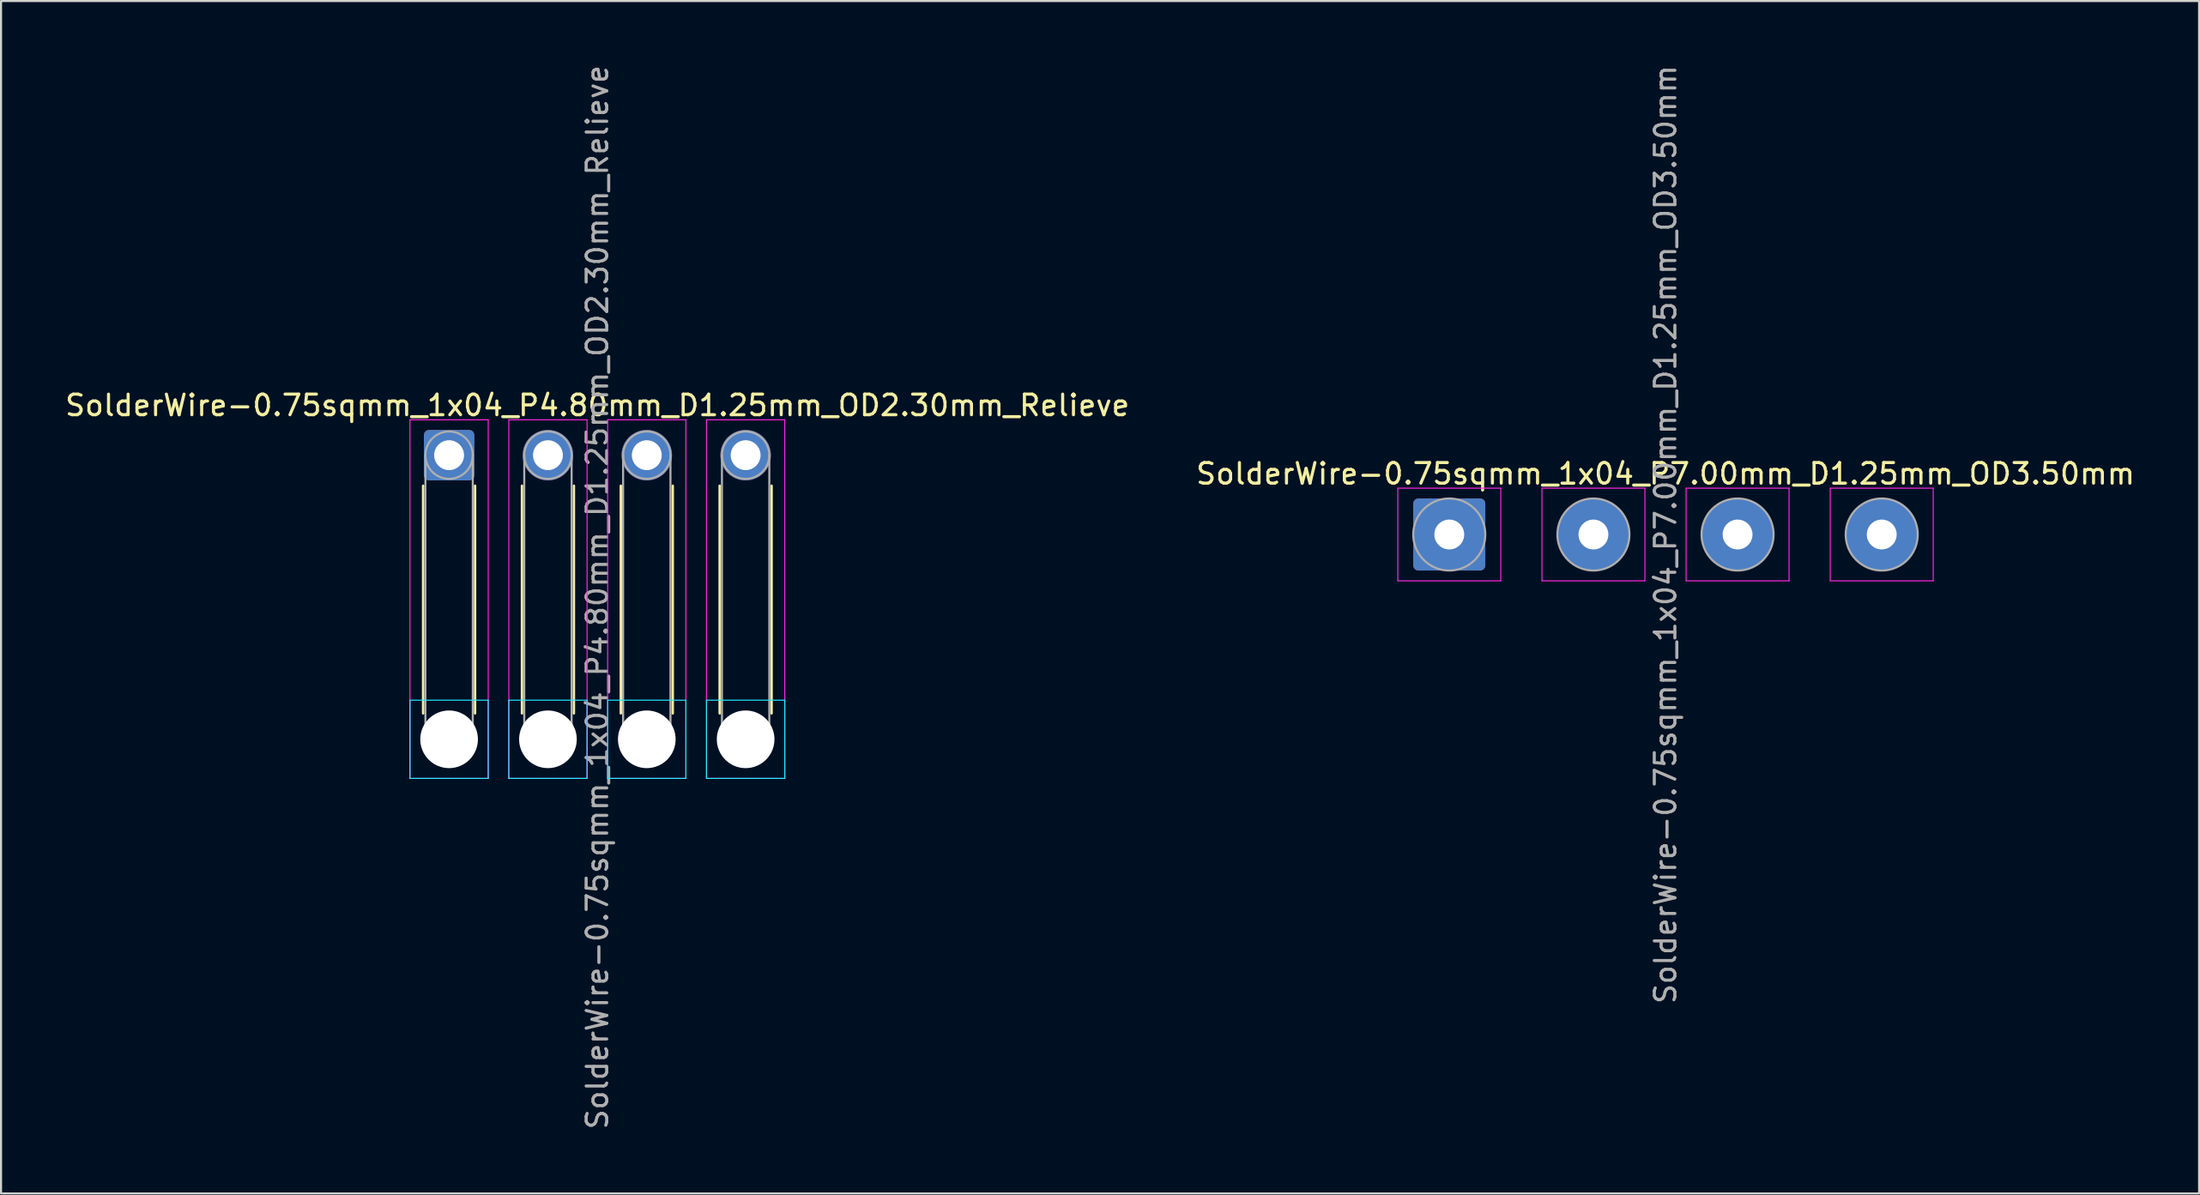
<source format=kicad_pcb>
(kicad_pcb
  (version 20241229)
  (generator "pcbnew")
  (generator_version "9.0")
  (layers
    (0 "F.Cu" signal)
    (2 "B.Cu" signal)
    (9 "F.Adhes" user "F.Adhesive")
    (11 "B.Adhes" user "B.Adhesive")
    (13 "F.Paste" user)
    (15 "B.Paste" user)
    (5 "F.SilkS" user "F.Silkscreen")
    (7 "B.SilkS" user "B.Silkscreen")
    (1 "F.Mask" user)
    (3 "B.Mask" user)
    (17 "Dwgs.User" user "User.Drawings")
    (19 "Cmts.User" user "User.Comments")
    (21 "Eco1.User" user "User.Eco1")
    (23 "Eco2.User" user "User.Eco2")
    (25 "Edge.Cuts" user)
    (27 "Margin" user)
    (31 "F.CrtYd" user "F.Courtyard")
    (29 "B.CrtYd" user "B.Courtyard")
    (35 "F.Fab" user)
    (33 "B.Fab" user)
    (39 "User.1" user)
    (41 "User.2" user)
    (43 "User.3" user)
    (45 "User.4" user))
  (footprint "SolderWire-0.75sqmm_1x04_P4.80mm_D1.25mm_OD2.30mm_Relieve"
    (layer "F.Cu")
    (at 18.758 19.058)
    (property "Reference" "SolderWire-0.75sqmm_1x04_P4.80mm_D1.25mm_OD2.30mm_Relieve" (at 7.2 -2.42 0) (layer "F.SilkS") (effects (font (size 1 1) (thickness 0.15))))
    (attr exclude_from_pos_files exclude_from_bom)
    (fp_line (start -1.26 1.485) (end -1.26 12.54) (stroke (width 0.12) (type solid)) (layer "F.SilkS"))
    (fp_line (start 1.26 1.485) (end 1.26 12.54) (stroke (width 0.12) (type solid)) (layer "F.SilkS"))
    (fp_line (start 3.54 1.485) (end 3.54 12.54) (stroke (width 0.12) (type solid)) (layer "F.SilkS"))
    (fp_line (start 6.06 1.485) (end 6.06 12.54) (stroke (width 0.12) (type solid)) (layer "F.SilkS"))
    (fp_line (start 8.34 1.485) (end 8.34 12.54) (stroke (width 0.12) (type solid)) (layer "F.SilkS"))
    (fp_line (start 10.86 1.485) (end 10.86 12.54) (stroke (width 0.12) (type solid)) (layer "F.SilkS"))
    (fp_line (start 13.14 1.485) (end 13.14 12.54) (stroke (width 0.12) (type solid)) (layer "F.SilkS"))
    (fp_line (start 15.66 1.485) (end 15.66 12.54) (stroke (width 0.12) (type solid)) (layer "F.SilkS"))
    (fp_line (start -1.9 11.9) (end -1.9 15.7) (stroke (width 0.05) (type solid)) (layer "B.CrtYd"))
    (fp_line (start -1.9 15.7) (end 1.9 15.7) (stroke (width 0.05) (type solid)) (layer "B.CrtYd"))
    (fp_line (start 1.9 11.9) (end -1.9 11.9) (stroke (width 0.05) (type solid)) (layer "B.CrtYd"))
    (fp_line (start 1.9 15.7) (end 1.9 11.9) (stroke (width 0.05) (type solid)) (layer "B.CrtYd"))
    (fp_line (start 2.9 11.9) (end 2.9 15.7) (stroke (width 0.05) (type solid)) (layer "B.CrtYd"))
    (fp_line (start 2.9 15.7) (end 6.7 15.7) (stroke (width 0.05) (type solid)) (layer "B.CrtYd"))
    (fp_line (start 6.7 11.9) (end 2.9 11.9) (stroke (width 0.05) (type solid)) (layer "B.CrtYd"))
    (fp_line (start 6.7 15.7) (end 6.7 11.9) (stroke (width 0.05) (type solid)) (layer "B.CrtYd"))
    (fp_line (start 7.7 11.9) (end 7.7 15.7) (stroke (width 0.05) (type solid)) (layer "B.CrtYd"))
    (fp_line (start 7.7 15.7) (end 11.5 15.7) (stroke (width 0.05) (type solid)) (layer "B.CrtYd"))
    (fp_line (start 11.5 11.9) (end 7.7 11.9) (stroke (width 0.05) (type solid)) (layer "B.CrtYd"))
    (fp_line (start 11.5 15.7) (end 11.5 11.9) (stroke (width 0.05) (type solid)) (layer "B.CrtYd"))
    (fp_line (start 12.5 11.9) (end 12.5 15.7) (stroke (width 0.05) (type solid)) (layer "B.CrtYd"))
    (fp_line (start 12.5 15.7) (end 16.3 15.7) (stroke (width 0.05) (type solid)) (layer "B.CrtYd"))
    (fp_line (start 16.3 11.9) (end 12.5 11.9) (stroke (width 0.05) (type solid)) (layer "B.CrtYd"))
    (fp_line (start 16.3 15.7) (end 16.3 11.9) (stroke (width 0.05) (type solid)) (layer "B.CrtYd"))
    (fp_line (start -1.9 -1.72) (end -1.9 15.7) (stroke (width 0.05) (type solid)) (layer "F.CrtYd"))
    (fp_line (start -1.9 15.7) (end 1.9 15.7) (stroke (width 0.05) (type solid)) (layer "F.CrtYd"))
    (fp_line (start 1.9 -1.72) (end -1.9 -1.72) (stroke (width 0.05) (type solid)) (layer "F.CrtYd"))
    (fp_line (start 1.9 15.7) (end 1.9 -1.72) (stroke (width 0.05) (type solid)) (layer "F.CrtYd"))
    (fp_line (start 2.9 -1.72) (end 2.9 15.7) (stroke (width 0.05) (type solid)) (layer "F.CrtYd"))
    (fp_line (start 2.9 15.7) (end 6.7 15.7) (stroke (width 0.05) (type solid)) (layer "F.CrtYd"))
    (fp_line (start 6.7 -1.72) (end 2.9 -1.72) (stroke (width 0.05) (type solid)) (layer "F.CrtYd"))
    (fp_line (start 6.7 15.7) (end 6.7 -1.72) (stroke (width 0.05) (type solid)) (layer "F.CrtYd"))
    (fp_line (start 7.7 -1.72) (end 7.7 15.7) (stroke (width 0.05) (type solid)) (layer "F.CrtYd"))
    (fp_line (start 7.7 15.7) (end 11.5 15.7) (stroke (width 0.05) (type solid)) (layer "F.CrtYd"))
    (fp_line (start 11.5 -1.72) (end 7.7 -1.72) (stroke (width 0.05) (type solid)) (layer "F.CrtYd"))
    (fp_line (start 11.5 15.7) (end 11.5 -1.72) (stroke (width 0.05) (type solid)) (layer "F.CrtYd"))
    (fp_line (start 12.5 -1.72) (end 12.5 15.7) (stroke (width 0.05) (type solid)) (layer "F.CrtYd"))
    (fp_line (start 12.5 15.7) (end 16.3 15.7) (stroke (width 0.05) (type solid)) (layer "F.CrtYd"))
    (fp_line (start 16.3 -1.72) (end 12.5 -1.72) (stroke (width 0.05) (type solid)) (layer "F.CrtYd"))
    (fp_line (start 16.3 15.7) (end 16.3 -1.72) (stroke (width 0.05) (type solid)) (layer "F.CrtYd"))
    (fp_line (start -1.15 0) (end -1.15 13.8) (stroke (width 0.1) (type solid)) (layer "F.Fab"))
    (fp_line (start 1.15 0) (end 1.15 13.8) (stroke (width 0.1) (type solid)) (layer "F.Fab"))
    (fp_line (start 3.65 0) (end 3.65 13.8) (stroke (width 0.1) (type solid)) (layer "F.Fab"))
    (fp_line (start 5.95 0) (end 5.95 13.8) (stroke (width 0.1) (type solid)) (layer "F.Fab"))
    (fp_line (start 8.45 0) (end 8.45 13.8) (stroke (width 0.1) (type solid)) (layer "F.Fab"))
    (fp_line (start 10.75 0) (end 10.75 13.8) (stroke (width 0.1) (type solid)) (layer "F.Fab"))
    (fp_line (start 13.25 0) (end 13.25 13.8) (stroke (width 0.1) (type solid)) (layer "F.Fab"))
    (fp_line (start 15.55 0) (end 15.55 13.8) (stroke (width 0.1) (type solid)) (layer "F.Fab"))
    (fp_circle (center 0 0) (end 1.15 0) (stroke (width 0.1) (type solid)) (fill no) (layer "F.Fab"))
    (fp_circle (center 0 13.8) (end 1.15 13.8) (stroke (width 0.1) (type solid)) (fill no) (layer "F.Fab"))
    (fp_circle (center 4.8 0) (end 5.95 0) (stroke (width 0.1) (type solid)) (fill no) (layer "F.Fab"))
    (fp_circle (center 4.8 13.8) (end 5.95 13.8) (stroke (width 0.1) (type solid)) (fill no) (layer "F.Fab"))
    (fp_circle (center 9.6 0) (end 10.75 0) (stroke (width 0.1) (type solid)) (fill no) (layer "F.Fab"))
    (fp_circle (center 9.6 13.8) (end 10.75 13.8) (stroke (width 0.1) (type solid)) (fill no) (layer "F.Fab"))
    (fp_circle (center 14.4 0) (end 15.55 0) (stroke (width 0.1) (type solid)) (fill no) (layer "F.Fab"))
    (fp_circle (center 14.4 13.8) (end 15.55 13.8) (stroke (width 0.1) (type solid)) (fill no) (layer "F.Fab"))
    (fp_text user "${REFERENCE}" (at 7.2 6.9 90) (layer "F.Fab") (effects (font (size 1 1) (thickness 0.15))))
    (pad "" np_thru_hole circle (at 0 13.8) (size 2.8 2.8) (drill 2.8) (layers "*.Cu" "*.Mask"))
    (pad "" np_thru_hole circle (at 4.8 13.8) (size 2.8 2.8) (drill 2.8) (layers "*.Cu" "*.Mask"))
    (pad "" np_thru_hole circle (at 9.6 13.8) (size 2.8 2.8) (drill 2.8) (layers "*.Cu" "*.Mask"))
    (pad "" np_thru_hole circle (at 14.4 13.8) (size 2.8 2.8) (drill 2.8) (layers "*.Cu" "*.Mask"))
    (pad "1" thru_hole roundrect (at 0 0) (size 2.45 2.45) (drill 1.45) (layers "*.Cu" "*.Mask") (roundrect_rratio 0.102))
    (pad "2" thru_hole circle (at 4.8 0) (size 2.45 2.45) (drill 1.45) (layers "*.Cu" "*.Mask"))
    (pad "3" thru_hole circle (at 9.6 0) (size 2.45 2.45) (drill 1.45) (layers "*.Cu" "*.Mask"))
    (pad "4" thru_hole circle (at 14.4 0) (size 2.45 2.45) (drill 1.45) (layers "*.Cu" "*.Mask")))
  (footprint "SolderWire-0.75sqmm_1x04_P7.00mm_D1.25mm_OD3.50mm"
    (layer "F.Cu")
    (at 67.327 22.911)
    (property "Reference" "SolderWire-0.75sqmm_1x04_P7.00mm_D1.25mm_OD3.50mm" (at 10.5 -2.95 0) (layer "F.SilkS") (effects (font (size 1 1) (thickness 0.15))))
    (attr exclude_from_pos_files exclude_from_bom)
    (fp_line (start -2.5 -2.25) (end -2.5 2.25) (stroke (width 0.05) (type solid)) (layer "F.CrtYd"))
    (fp_line (start -2.5 2.25) (end 2.5 2.25) (stroke (width 0.05) (type solid)) (layer "F.CrtYd"))
    (fp_line (start 2.5 -2.25) (end -2.5 -2.25) (stroke (width 0.05) (type solid)) (layer "F.CrtYd"))
    (fp_line (start 2.5 2.25) (end 2.5 -2.25) (stroke (width 0.05) (type solid)) (layer "F.CrtYd"))
    (fp_line (start 4.5 -2.25) (end 4.5 2.25) (stroke (width 0.05) (type solid)) (layer "F.CrtYd"))
    (fp_line (start 4.5 2.25) (end 9.5 2.25) (stroke (width 0.05) (type solid)) (layer "F.CrtYd"))
    (fp_line (start 9.5 -2.25) (end 4.5 -2.25) (stroke (width 0.05) (type solid)) (layer "F.CrtYd"))
    (fp_line (start 9.5 2.25) (end 9.5 -2.25) (stroke (width 0.05) (type solid)) (layer "F.CrtYd"))
    (fp_line (start 11.5 -2.25) (end 11.5 2.25) (stroke (width 0.05) (type solid)) (layer "F.CrtYd"))
    (fp_line (start 11.5 2.25) (end 16.5 2.25) (stroke (width 0.05) (type solid)) (layer "F.CrtYd"))
    (fp_line (start 16.5 -2.25) (end 11.5 -2.25) (stroke (width 0.05) (type solid)) (layer "F.CrtYd"))
    (fp_line (start 16.5 2.25) (end 16.5 -2.25) (stroke (width 0.05) (type solid)) (layer "F.CrtYd"))
    (fp_line (start 18.5 -2.25) (end 18.5 2.25) (stroke (width 0.05) (type solid)) (layer "F.CrtYd"))
    (fp_line (start 18.5 2.25) (end 23.5 2.25) (stroke (width 0.05) (type solid)) (layer "F.CrtYd"))
    (fp_line (start 23.5 -2.25) (end 18.5 -2.25) (stroke (width 0.05) (type solid)) (layer "F.CrtYd"))
    (fp_line (start 23.5 2.25) (end 23.5 -2.25) (stroke (width 0.05) (type solid)) (layer "F.CrtYd"))
    (fp_circle (center 0 0) (end 1.75 0) (stroke (width 0.1) (type solid)) (fill no) (layer "F.Fab"))
    (fp_circle (center 7 0) (end 8.75 0) (stroke (width 0.1) (type solid)) (fill no) (layer "F.Fab"))
    (fp_circle (center 14 0) (end 15.75 0) (stroke (width 0.1) (type solid)) (fill no) (layer "F.Fab"))
    (fp_circle (center 21 0) (end 22.75 0) (stroke (width 0.1) (type solid)) (fill no) (layer "F.Fab"))
    (fp_text user "${REFERENCE}" (at 10.5 0 90) (layer "F.Fab") (effects (font (size 1 1) (thickness 0.15))))
    (pad "1" thru_hole roundrect (at 0 0) (size 3.5 3.5) (drill 1.45) (layers "*.Cu" "*.Mask") (roundrect_rratio 0.071))
    (pad "2" thru_hole circle (at 7 0) (size 3.5 3.5) (drill 1.45) (layers "*.Cu" "*.Mask"))
    (pad "3" thru_hole circle (at 14 0) (size 3.5 3.5) (drill 1.45) (layers "*.Cu" "*.Mask"))
    (pad "4" thru_hole circle (at 21 0) (size 3.5 3.5) (drill 1.45) (layers "*.Cu" "*.Mask")))
  (gr_rect
    (start -3 -3)
    (end 103.738 54.917)
    (stroke (width 0.1) (type default))
    (fill no)
    (layer "Edge.Cuts")))
</source>
